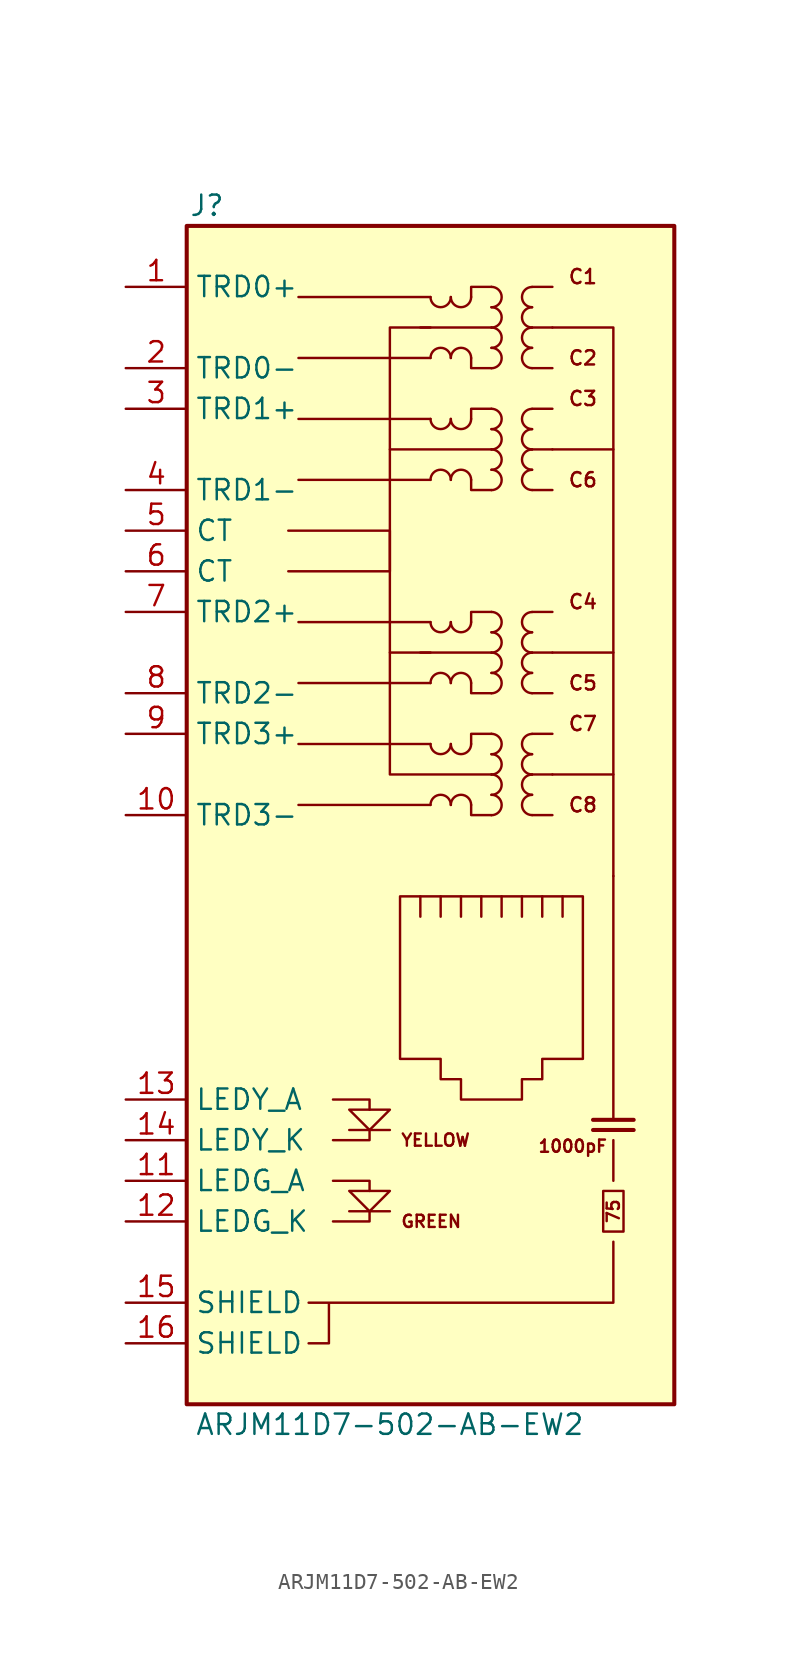
<source format=kicad_sym>
(kicad_symbol_lib
  (version 20211014)
  (generator kicad_symbol_editor)
  (symbol "ARJM11D7-502-AB-EW2"
    (property "Reference" "J"
      (at 1.27 74.93 0)
      (effects (font (size 1.27 1.27))))
    (property "Value" "ARJM11D7-502-AB-EW2"
      (at 12.7 -1.27 0)
      (effects (font (size 1.27 1.27))))
    (symbol "ARJM11D7-502-AB-EW2_0_1"
      (polyline (pts (xy 19.05 39.37) (xy 12.7 39.37) (xy 12.7 46.99) (xy 15.24 46.99) (xy 12.7 46.99)) (stroke (width 0) (type default) (color 0 0 0 0)) (fill (type none)))
      (polyline (pts (xy 19.05 59.69) (xy 12.7 59.69) (xy 12.7 67.31) (xy 15.24 67.31) (xy 12.7 67.31)) (stroke (width 0) (type default) (color 0 0 0 0)) (fill (type none))))
    (symbol "ARJM11D7-502-AB-EW2_1_1"
      (polyline (pts (xy 12.7 12.065) (xy 10.16 12.065)) (stroke (width 0) (type default) (color 0 0 0 0)) (fill (type none)))
      (polyline (pts (xy 12.7 17.145) (xy 10.16 17.145)) (stroke (width 0) (type default) (color 0 0 0 0)) (fill (type none)))
      (polyline (pts (xy 12.7 46.99) (xy 12.7 59.69)) (stroke (width 0) (type default) (color 0 0 0 0)) (fill (type none)))
      (polyline (pts (xy 14.605 30.48) (xy 14.605 31.75)) (stroke (width 0) (type default) (color 0 0 0 0)) (fill (type none)))
      (polyline (pts (xy 14.605 46.99) (xy 19.05 46.99)) (stroke (width 0) (type default) (color 0 0 0 0)) (fill (type none)))
      (polyline (pts (xy 14.605 67.31) (xy 19.05 67.31)) (stroke (width 0) (type default) (color 0 0 0 0)) (fill (type none)))
      (polyline (pts (xy 15.24 37.465) (xy 6.985 37.465)) (stroke (width 0) (type default) (color 0 0 0 0)) (fill (type none)))
      (polyline (pts (xy 15.24 41.275) (xy 6.985 41.275)) (stroke (width 0) (type default) (color 0 0 0 0)) (fill (type none)))
      (polyline (pts (xy 15.24 45.085) (xy 6.985 45.085)) (stroke (width 0) (type default) (color 0 0 0 0)) (fill (type none)))
      (polyline (pts (xy 15.24 48.895) (xy 6.985 48.895)) (stroke (width 0) (type default) (color 0 0 0 0)) (fill (type none)))
      (polyline (pts (xy 15.24 57.785) (xy 6.985 57.785)) (stroke (width 0) (type default) (color 0 0 0 0)) (fill (type none)))
      (polyline (pts (xy 15.24 61.595) (xy 6.985 61.595)) (stroke (width 0) (type default) (color 0 0 0 0)) (fill (type none)))
      (polyline (pts (xy 15.24 65.405) (xy 6.985 65.405)) (stroke (width 0) (type default) (color 0 0 0 0)) (fill (type none)))
      (polyline (pts (xy 15.24 69.215) (xy 6.985 69.215)) (stroke (width 0) (type default) (color 0 0 0 0)) (fill (type none)))
      (polyline (pts (xy 15.875 31.75) (xy 15.875 30.48)) (stroke (width 0) (type default) (color 0 0 0 0)) (fill (type none)))
      (polyline (pts (xy 17.145 31.75) (xy 17.145 30.48)) (stroke (width 0) (type default) (color 0 0 0 0)) (fill (type none)))
      (polyline (pts (xy 18.415 31.75) (xy 18.415 30.48)) (stroke (width 0) (type default) (color 0 0 0 0)) (fill (type none)))
      (polyline (pts (xy 19.685 31.75) (xy 19.685 30.48)) (stroke (width 0) (type default) (color 0 0 0 0)) (fill (type none)))
      (polyline (pts (xy 20.955 31.75) (xy 20.955 30.48)) (stroke (width 0) (type default) (color 0 0 0 0)) (fill (type none)))
      (polyline (pts (xy 21.59 36.83) (xy 22.86 36.83)) (stroke (width 0) (type default) (color 0 0 0 0)) (fill (type none)))
      (polyline (pts (xy 21.59 39.37) (xy 22.86 39.37)) (stroke (width 0) (type default) (color 0 0 0 0)) (fill (type none)))
      (polyline (pts (xy 21.59 41.91) (xy 22.86 41.91)) (stroke (width 0) (type default) (color 0 0 0 0)) (fill (type none)))
      (polyline (pts (xy 21.59 44.45) (xy 22.86 44.45)) (stroke (width 0) (type default) (color 0 0 0 0)) (fill (type none)))
      (polyline (pts (xy 21.59 46.99) (xy 22.86 46.99)) (stroke (width 0) (type default) (color 0 0 0 0)) (fill (type none)))
      (polyline (pts (xy 21.59 49.53) (xy 22.86 49.53)) (stroke (width 0) (type default) (color 0 0 0 0)) (fill (type none)))
      (polyline (pts (xy 21.59 57.15) (xy 22.86 57.15)) (stroke (width 0) (type default) (color 0 0 0 0)) (fill (type none)))
      (polyline (pts (xy 21.59 59.69) (xy 22.86 59.69)) (stroke (width 0) (type default) (color 0 0 0 0)) (fill (type none)))
      (polyline (pts (xy 21.59 62.23) (xy 22.86 62.23)) (stroke (width 0) (type default) (color 0 0 0 0)) (fill (type none)))
      (polyline (pts (xy 21.59 64.77) (xy 22.86 64.77)) (stroke (width 0) (type default) (color 0 0 0 0)) (fill (type none)))
      (polyline (pts (xy 21.59 67.31) (xy 22.86 67.31)) (stroke (width 0) (type default) (color 0 0 0 0)) (fill (type none)))
      (polyline (pts (xy 21.59 69.85) (xy 22.86 69.85)) (stroke (width 0) (type default) (color 0 0 0 0)) (fill (type none)))
      (polyline (pts (xy 22.225 30.48) (xy 22.225 31.75)) (stroke (width 0) (type default) (color 0 0 0 0)) (fill (type none)))
      (polyline (pts (xy 22.86 39.37) (xy 26.67 39.37)) (stroke (width 0) (type default) (color 0 0 0 0)) (fill (type none)))
      (polyline (pts (xy 22.86 46.99) (xy 26.67 46.99)) (stroke (width 0) (type default) (color 0 0 0 0)) (fill (type none)))
      (polyline (pts (xy 22.86 59.69) (xy 26.67 59.69)) (stroke (width 0) (type default) (color 0 0 0 0)) (fill (type none)))
      (polyline (pts (xy 23.495 30.48) (xy 23.495 31.75)) (stroke (width 0) (type default) (color 0 0 0 0)) (fill (type none)))
      (polyline (pts (xy 25.4 17.145) (xy 27.94 17.145)) (stroke (width 0.254) (type default) (color 0 0 0 0)) (fill (type none)))
      (polyline (pts (xy 25.4 17.78) (xy 27.94 17.78)) (stroke (width 0.254) (type default) (color 0 0 0 0)) (fill (type none)))
      (polyline (pts (xy 26.67 13.97) (xy 26.67 16.51)) (stroke (width 0) (type default) (color 0 0 0 0)) (fill (type none)))
      (polyline (pts (xy 26.67 17.78) (xy 26.67 33.02)) (stroke (width 0) (type default) (color 0 0 0 0)) (fill (type none)))
      (polyline (pts (xy 9.144 11.43) (xy 11.43 11.43) (xy 11.43 12.065)) (stroke (width 0) (type default) (color 0 0 0 0)) (fill (type none)))
      (polyline (pts (xy 9.144 13.97) (xy 11.43 13.97) (xy 11.43 13.335)) (stroke (width 0) (type default) (color 0 0 0 0)) (fill (type none)))
      (polyline (pts (xy 9.144 19.05) (xy 11.43 19.05) (xy 11.43 18.415)) (stroke (width 0) (type default) (color 0 0 0 0)) (fill (type none)))
      (polyline (pts (xy 11.43 17.145) (xy 11.43 16.51) (xy 9.144 16.51)) (stroke (width 0) (type default) (color 0 0 0 0)) (fill (type none)))
      (polyline (pts (xy 17.78 37.465) (xy 17.78 36.83) (xy 19.05 36.83)) (stroke (width 0) (type default) (color 0 0 0 0)) (fill (type none)))
      (polyline (pts (xy 17.78 45.085) (xy 17.78 44.45) (xy 19.05 44.45)) (stroke (width 0) (type default) (color 0 0 0 0)) (fill (type none)))
      (polyline (pts (xy 17.78 57.785) (xy 17.78 57.15) (xy 19.05 57.15)) (stroke (width 0) (type default) (color 0 0 0 0)) (fill (type none)))
      (polyline (pts (xy 17.78 65.405) (xy 17.78 64.77) (xy 19.05 64.77)) (stroke (width 0) (type default) (color 0 0 0 0)) (fill (type none)))
      (polyline (pts (xy 19.05 41.91) (xy 17.78 41.91) (xy 17.78 41.275)) (stroke (width 0) (type default) (color 0 0 0 0)) (fill (type none)))
      (polyline (pts (xy 19.05 49.53) (xy 17.78 49.53) (xy 17.78 48.895)) (stroke (width 0) (type default) (color 0 0 0 0)) (fill (type none)))
      (polyline (pts (xy 19.05 62.23) (xy 17.78 62.23) (xy 17.78 61.595)) (stroke (width 0) (type default) (color 0 0 0 0)) (fill (type none)))
      (polyline (pts (xy 19.05 69.85) (xy 17.78 69.85) (xy 17.78 69.215)) (stroke (width 0) (type default) (color 0 0 0 0)) (fill (type none)))
      (polyline (pts (xy 26.67 33.02) (xy 26.67 67.31) (xy 22.86 67.31)) (stroke (width 0) (type default) (color 0 0 0 0)) (fill (type none)))
      (polyline (pts (xy 6.35 52.07) (xy 12.7 52.07) (xy 12.7 54.61) (xy 6.35 54.61)) (stroke (width 0) (type default) (color 0 0 0 0)) (fill (type none)))
      (polyline (pts (xy 10.16 18.415) (xy 12.7 18.415) (xy 11.43 17.145) (xy 10.16 18.415)) (stroke (width 0) (type default) (color 0 0 0 0)) (fill (type none)))
      (polyline (pts (xy 12.7 13.335) (xy 10.16 13.335) (xy 11.43 12.065) (xy 12.7 13.335)) (stroke (width 0) (type default) (color 0 0 0 0)) (fill (type none)))
      (polyline (pts (xy 7.62 3.81) (xy 8.89 3.81) (xy 8.89 6.35) (xy 7.62 6.35) (xy 8.89 6.35) (xy 26.67 6.35) (xy 26.67 10.16)) (stroke (width 0) (type default) (color 0 0 0 0)) (fill (type none)))
      (polyline (pts (xy 13.335 31.75) (xy 24.765 31.75) (xy 24.765 21.59) (xy 22.225 21.59) (xy 22.225 20.32) (xy 20.955 20.32) (xy 20.955 19.05) (xy 17.145 19.05) (xy 17.145 20.32) (xy 15.875 20.32) (xy 15.875 21.59) (xy 13.335 21.59) (xy 13.335 31.75)) (stroke (width 0) (type default) (color 0 0 0 0)) (fill (type none)))
      (rectangle (start 0 0) (end 30.48 73.66) (stroke (width 0.254) (type default) (color 0 0 0 0)) (fill (type background)))
      (arc (start 15.24 41.275) (mid 15.875 40.64) (end 16.51 41.275) (stroke (width 0) (type default) (color 0 0 0 0)) (fill (type none)))
      (arc (start 15.24 48.895) (mid 15.875 48.26) (end 16.51 48.895) (stroke (width 0) (type default) (color 0 0 0 0)) (fill (type none)))
      (arc (start 15.24 61.595) (mid 15.875 60.96) (end 16.51 61.595) (stroke (width 0) (type default) (color 0 0 0 0)) (fill (type none)))
      (arc (start 15.24 69.215) (mid 15.875 68.58) (end 16.51 69.215) (stroke (width 0) (type default) (color 0 0 0 0)) (fill (type none)))
      (arc (start 16.51 37.465) (mid 15.875 38.1) (end 15.24 37.465) (stroke (width 0) (type default) (color 0 0 0 0)) (fill (type none)))
      (arc (start 16.51 41.275) (mid 17.145 40.64) (end 17.78 41.275) (stroke (width 0) (type default) (color 0 0 0 0)) (fill (type none)))
      (arc (start 16.51 45.085) (mid 15.875 45.72) (end 15.24 45.085) (stroke (width 0) (type default) (color 0 0 0 0)) (fill (type none)))
      (arc (start 16.51 48.895) (mid 17.145 48.26) (end 17.78 48.895) (stroke (width 0) (type default) (color 0 0 0 0)) (fill (type none)))
      (arc (start 16.51 57.785) (mid 15.875 58.42) (end 15.24 57.785) (stroke (width 0) (type default) (color 0 0 0 0)) (fill (type none)))
      (arc (start 16.51 61.595) (mid 17.145 60.96) (end 17.78 61.595) (stroke (width 0) (type default) (color 0 0 0 0)) (fill (type none)))
      (arc (start 16.51 65.405) (mid 15.875 66.04) (end 15.24 65.405) (stroke (width 0) (type default) (color 0 0 0 0)) (fill (type none)))
      (arc (start 16.51 69.215) (mid 17.145 68.58) (end 17.78 69.215) (stroke (width 0) (type default) (color 0 0 0 0)) (fill (type none)))
      (arc (start 17.78 37.465) (mid 17.145 38.1) (end 16.51 37.465) (stroke (width 0) (type default) (color 0 0 0 0)) (fill (type none)))
      (arc (start 17.78 45.085) (mid 17.145 45.72) (end 16.51 45.085) (stroke (width 0) (type default) (color 0 0 0 0)) (fill (type none)))
      (arc (start 17.78 57.785) (mid 17.145 58.42) (end 16.51 57.785) (stroke (width 0) (type default) (color 0 0 0 0)) (fill (type none)))
      (arc (start 17.78 65.405) (mid 17.145 66.04) (end 16.51 65.405) (stroke (width 0) (type default) (color 0 0 0 0)) (fill (type none)))
      (arc (start 19.05 36.83) (mid 19.685 37.465) (end 19.05 38.1) (stroke (width 0) (type default) (color 0 0 0 0)) (fill (type none)))
      (arc (start 19.05 38.1) (mid 19.685 38.735) (end 19.05 39.37) (stroke (width 0) (type default) (color 0 0 0 0)) (fill (type none)))
      (arc (start 19.05 39.37) (mid 19.685 40.005) (end 19.05 40.64) (stroke (width 0) (type default) (color 0 0 0 0)) (fill (type none)))
      (arc (start 19.05 40.64) (mid 19.685 41.275) (end 19.05 41.91) (stroke (width 0) (type default) (color 0 0 0 0)) (fill (type none)))
      (arc (start 19.05 44.45) (mid 19.685 45.085) (end 19.05 45.72) (stroke (width 0) (type default) (color 0 0 0 0)) (fill (type none)))
      (arc (start 19.05 45.72) (mid 19.685 46.355) (end 19.05 46.99) (stroke (width 0) (type default) (color 0 0 0 0)) (fill (type none)))
      (arc (start 19.05 46.99) (mid 19.685 47.625) (end 19.05 48.26) (stroke (width 0) (type default) (color 0 0 0 0)) (fill (type none)))
      (arc (start 19.05 48.26) (mid 19.685 48.895) (end 19.05 49.53) (stroke (width 0) (type default) (color 0 0 0 0)) (fill (type none)))
      (arc (start 19.05 57.15) (mid 19.685 57.785) (end 19.05 58.42) (stroke (width 0) (type default) (color 0 0 0 0)) (fill (type none)))
      (arc (start 19.05 58.42) (mid 19.685 59.055) (end 19.05 59.69) (stroke (width 0) (type default) (color 0 0 0 0)) (fill (type none)))
      (arc (start 19.05 59.69) (mid 19.685 60.325) (end 19.05 60.96) (stroke (width 0) (type default) (color 0 0 0 0)) (fill (type none)))
      (arc (start 19.05 60.96) (mid 19.685 61.595) (end 19.05 62.23) (stroke (width 0) (type default) (color 0 0 0 0)) (fill (type none)))
      (arc (start 19.05 64.77) (mid 19.685 65.405) (end 19.05 66.04) (stroke (width 0) (type default) (color 0 0 0 0)) (fill (type none)))
      (arc (start 19.05 66.04) (mid 19.685 66.675) (end 19.05 67.31) (stroke (width 0) (type default) (color 0 0 0 0)) (fill (type none)))
      (arc (start 19.05 67.31) (mid 19.685 67.945) (end 19.05 68.58) (stroke (width 0) (type default) (color 0 0 0 0)) (fill (type none)))
      (arc (start 19.05 68.58) (mid 19.685 69.215) (end 19.05 69.85) (stroke (width 0) (type default) (color 0 0 0 0)) (fill (type none)))
      (arc (start 21.59 38.1) (mid 20.955 37.465) (end 21.59 36.83) (stroke (width 0) (type default) (color 0 0 0 0)) (fill (type none)))
      (arc (start 21.59 39.37) (mid 20.955 38.735) (end 21.59 38.1) (stroke (width 0) (type default) (color 0 0 0 0)) (fill (type none)))
      (arc (start 21.59 40.64) (mid 20.955 40.005) (end 21.59 39.37) (stroke (width 0) (type default) (color 0 0 0 0)) (fill (type none)))
      (arc (start 21.59 41.91) (mid 20.955 41.275) (end 21.59 40.64) (stroke (width 0) (type default) (color 0 0 0 0)) (fill (type none)))
      (arc (start 21.59 45.72) (mid 20.955 45.085) (end 21.59 44.45) (stroke (width 0) (type default) (color 0 0 0 0)) (fill (type none)))
      (arc (start 21.59 46.99) (mid 20.955 46.355) (end 21.59 45.72) (stroke (width 0) (type default) (color 0 0 0 0)) (fill (type none)))
      (arc (start 21.59 48.26) (mid 20.955 47.625) (end 21.59 46.99) (stroke (width 0) (type default) (color 0 0 0 0)) (fill (type none)))
      (arc (start 21.59 49.53) (mid 20.955 48.895) (end 21.59 48.26) (stroke (width 0) (type default) (color 0 0 0 0)) (fill (type none)))
      (arc (start 21.59 58.42) (mid 20.955 57.785) (end 21.59 57.15) (stroke (width 0) (type default) (color 0 0 0 0)) (fill (type none)))
      (arc (start 21.59 59.69) (mid 20.955 59.055) (end 21.59 58.42) (stroke (width 0) (type default) (color 0 0 0 0)) (fill (type none)))
      (arc (start 21.59 60.96) (mid 20.955 60.325) (end 21.59 59.69) (stroke (width 0) (type default) (color 0 0 0 0)) (fill (type none)))
      (arc (start 21.59 62.23) (mid 20.955 61.595) (end 21.59 60.96) (stroke (width 0) (type default) (color 0 0 0 0)) (fill (type none)))
      (arc (start 21.59 66.04) (mid 20.955 65.405) (end 21.59 64.77) (stroke (width 0) (type default) (color 0 0 0 0)) (fill (type none)))
      (arc (start 21.59 67.31) (mid 20.955 66.675) (end 21.59 66.04) (stroke (width 0) (type default) (color 0 0 0 0)) (fill (type none)))
      (arc (start 21.59 68.58) (mid 20.955 67.945) (end 21.59 67.31) (stroke (width 0) (type default) (color 0 0 0 0)) (fill (type none)))
      (arc (start 21.59 69.85) (mid 20.955 69.215) (end 21.59 68.58) (stroke (width 0) (type default) (color 0 0 0 0)) (fill (type none)))
      (rectangle (start 27.305 10.795) (end 26.035 13.335) (stroke (width 0) (type default) (color 0 0 0 0)) (fill (type none)))
      (text "1000pF" (at 24.13 16.129 0) (effects (font (size 0.762 0.762))))
      (text "75" (at 26.67 12.065 900) (effects (font (size 0.762 0.762))))
      (text "C1" (at 24.765 70.485 0) (effects (font (size 0.889 0.889))))
      (text "C2" (at 24.765 65.405 0) (effects (font (size 0.889 0.889))))
      (text "C3" (at 24.765 62.865 0) (effects (font (size 0.889 0.889))))
      (text "C4" (at 24.765 50.165 0) (effects (font (size 0.889 0.889))))
      (text "C5" (at 24.765 45.085 0) (effects (font (size 0.889 0.889))))
      (text "C6" (at 24.765 57.785 0) (effects (font (size 0.889 0.889))))
      (text "C7" (at 24.765 42.545 0) (effects (font (size 0.889 0.889))))
      (text "C8" (at 24.765 37.465 0) (effects (font (size 0.889 0.889))))
      (text "GREEN" (at 13.335 11.43 0) (effects (font (size 0.762 0.762)) (justify left)))
      (text "YELLOW" (at 13.335 16.51 0) (effects (font (size 0.762 0.762)) (justify left)))
      (pin passive line (at -3.81 69.85 0) (length 3.81) (name "TRD0+" (effects (font (size 1.27 1.27)))) (number "1" (effects (font (size 1.27 1.27)))))
      (pin passive line (at -3.81 36.83 0) (length 3.81) (name "TRD3-" (effects (font (size 1.27 1.27)))) (number "10" (effects (font (size 1.27 1.27)))))
      (pin passive line (at -3.81 13.97 0) (length 3.81) (name "LEDG_A" (effects (font (size 1.27 1.27)))) (number "11" (effects (font (size 1.27 1.27)))))
      (pin passive line (at -3.81 11.43 0) (length 3.81) (name "LEDG_K" (effects (font (size 1.27 1.27)))) (number "12" (effects (font (size 1.27 1.27)))))
      (pin passive line (at -3.81 19.05 0) (length 3.81) (name "LEDY_A" (effects (font (size 1.27 1.27)))) (number "13" (effects (font (size 1.27 1.27)))))
      (pin passive line (at -3.81 16.51 0) (length 3.81) (name "LEDY_K" (effects (font (size 1.27 1.27)))) (number "14" (effects (font (size 1.27 1.27)))))
      (pin passive line (at -3.81 6.35 0) (length 3.81) (name "SHIELD" (effects (font (size 1.27 1.27)))) (number "15" (effects (font (size 1.27 1.27)))))
      (pin passive line (at -3.81 3.81 0) (length 3.81) (name "SHIELD" (effects (font (size 1.27 1.27)))) (number "16" (effects (font (size 1.27 1.27)))))
      (pin passive line (at -3.81 64.77 0) (length 3.81) (name "TRD0-" (effects (font (size 1.27 1.27)))) (number "2" (effects (font (size 1.27 1.27)))))
      (pin passive line (at -3.81 62.23 0) (length 3.81) (name "TRD1+" (effects (font (size 1.27 1.27)))) (number "3" (effects (font (size 1.27 1.27)))))
      (pin passive line (at -3.81 57.15 0) (length 3.81) (name "TRD1-" (effects (font (size 1.27 1.27)))) (number "4" (effects (font (size 1.27 1.27)))))
      (pin passive line (at -3.81 54.61 0) (length 3.81) (name "CT" (effects (font (size 1.27 1.27)))) (number "5" (effects (font (size 1.27 1.27)))))
      (pin passive line (at -3.81 52.07 0) (length 3.81) (name "CT" (effects (font (size 1.27 1.27)))) (number "6" (effects (font (size 1.27 1.27)))))
      (pin passive line (at -3.81 49.53 0) (length 3.81) (name "TRD2+" (effects (font (size 1.27 1.27)))) (number "7" (effects (font (size 1.27 1.27)))))
      (pin passive line (at -3.81 44.45 0) (length 3.81) (name "TRD2-" (effects (font (size 1.27 1.27)))) (number "8" (effects (font (size 1.27 1.27)))))
      (pin passive line (at -3.81 41.91 0) (length 3.81) (name "TRD3+" (effects (font (size 1.27 1.27)))) (number "9" (effects (font (size 1.27 1.27))))))))
</source>
